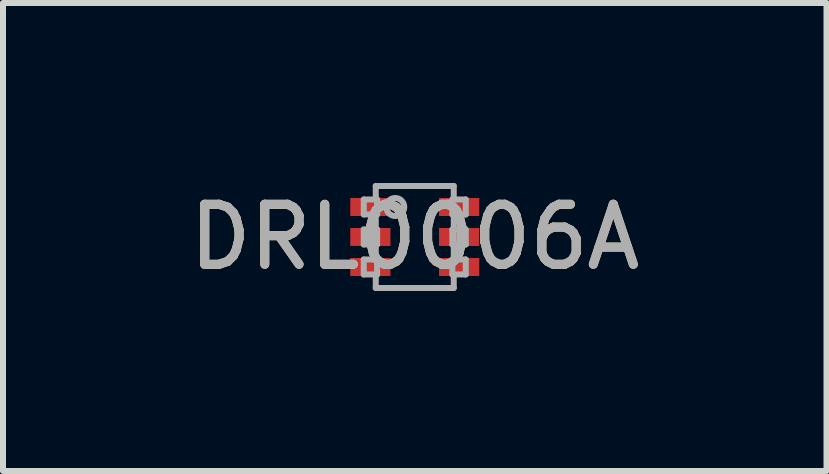
<source format=kicad_pcb>
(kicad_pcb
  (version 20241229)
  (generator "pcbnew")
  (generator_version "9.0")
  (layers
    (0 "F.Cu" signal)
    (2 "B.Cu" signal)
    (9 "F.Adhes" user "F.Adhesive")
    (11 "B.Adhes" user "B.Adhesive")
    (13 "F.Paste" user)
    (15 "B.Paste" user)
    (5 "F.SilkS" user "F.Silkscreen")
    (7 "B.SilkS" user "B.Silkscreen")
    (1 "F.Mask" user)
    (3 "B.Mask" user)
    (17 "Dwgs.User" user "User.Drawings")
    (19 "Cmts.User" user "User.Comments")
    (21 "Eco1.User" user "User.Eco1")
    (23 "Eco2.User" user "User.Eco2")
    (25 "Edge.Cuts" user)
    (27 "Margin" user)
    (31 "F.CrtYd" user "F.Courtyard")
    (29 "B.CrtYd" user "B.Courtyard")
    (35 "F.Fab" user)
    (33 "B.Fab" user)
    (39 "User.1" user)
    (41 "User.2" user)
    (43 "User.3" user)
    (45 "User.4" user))
  (footprint "DRL0006A"
    (layer "F.Cu")
    (at 3.863 0.9)
    (property "Reference" "DRL0006A" (at 0 0 0) (unlocked yes) (layer "F.SilkS") (effects (font (size 1 1) (thickness 0.15))))
    (attr smd)
    (fp_line (start -0.85 -0.625) (end -0.627 -0.625) (stroke (width 0.1) (type solid)) (layer "F.Fab"))
    (fp_line (start -0.85 -0.375) (end -0.85 -0.625) (stroke (width 0.1) (type solid)) (layer "F.Fab"))
    (fp_line (start -0.85 -0.375) (end -0.627 -0.375) (stroke (width 0.1) (type solid)) (layer "F.Fab"))
    (fp_line (start -0.85 -0.125) (end -0.627 -0.125) (stroke (width 0.1) (type solid)) (layer "F.Fab"))
    (fp_line (start -0.85 0.125) (end -0.85 -0.125) (stroke (width 0.1) (type solid)) (layer "F.Fab"))
    (fp_line (start -0.85 0.125) (end -0.627 0.125) (stroke (width 0.1) (type solid)) (layer "F.Fab"))
    (fp_line (start -0.85 0.375) (end -0.627 0.375) (stroke (width 0.1) (type solid)) (layer "F.Fab"))
    (fp_line (start -0.85 0.625) (end -0.85 0.375) (stroke (width 0.1) (type solid)) (layer "F.Fab"))
    (fp_line (start -0.85 0.625) (end -0.627 0.625) (stroke (width 0.1) (type solid)) (layer "F.Fab"))
    (fp_line (start -0.65 -0.85) (end 0.65 -0.85) (stroke (width 0.1) (type solid)) (layer "F.Fab"))
    (fp_line (start -0.65 -0.625) (end -0.65 -0.85) (stroke (width 0.1) (type solid)) (layer "F.Fab"))
    (fp_line (start -0.65 -0.125) (end -0.65 -0.375) (stroke (width 0.1) (type solid)) (layer "F.Fab"))
    (fp_line (start -0.65 0.375) (end -0.65 0.125) (stroke (width 0.1) (type solid)) (layer "F.Fab"))
    (fp_line (start -0.65 0.85) (end -0.65 0.625) (stroke (width 0.1) (type solid)) (layer "F.Fab"))
    (fp_line (start -0.65 0.85) (end 0.65 0.85) (stroke (width 0.1) (type solid)) (layer "F.Fab"))
    (fp_line (start -0.627 -0.375) (end -0.627 -0.625) (stroke (width 0.1) (type solid)) (layer "F.Fab"))
    (fp_line (start -0.627 0.125) (end -0.627 -0.125) (stroke (width 0.1) (type solid)) (layer "F.Fab"))
    (fp_line (start -0.627 0.625) (end -0.627 0.375) (stroke (width 0.1) (type solid)) (layer "F.Fab"))
    (fp_line (start 0.627 -0.625) (end 0.85 -0.625) (stroke (width 0.1) (type solid)) (layer "F.Fab"))
    (fp_line (start 0.627 -0.375) (end 0.627 -0.625) (stroke (width 0.1) (type solid)) (layer "F.Fab"))
    (fp_line (start 0.627 -0.375) (end 0.85 -0.375) (stroke (width 0.1) (type solid)) (layer "F.Fab"))
    (fp_line (start 0.627 -0.125) (end 0.85 -0.125) (stroke (width 0.1) (type solid)) (layer "F.Fab"))
    (fp_line (start 0.627 0.125) (end 0.627 -0.125) (stroke (width 0.1) (type solid)) (layer "F.Fab"))
    (fp_line (start 0.627 0.125) (end 0.85 0.125) (stroke (width 0.1) (type solid)) (layer "F.Fab"))
    (fp_line (start 0.627 0.375) (end 0.85 0.375) (stroke (width 0.1) (type solid)) (layer "F.Fab"))
    (fp_line (start 0.627 0.625) (end 0.627 0.375) (stroke (width 0.1) (type solid)) (layer "F.Fab"))
    (fp_line (start 0.627 0.625) (end 0.85 0.625) (stroke (width 0.1) (type solid)) (layer "F.Fab"))
    (fp_line (start 0.65 -0.625) (end 0.65 -0.85) (stroke (width 0.1) (type solid)) (layer "F.Fab"))
    (fp_line (start 0.65 0.375) (end 0.65 -0.375) (stroke (width 0.1) (type solid)) (layer "F.Fab"))
    (fp_line (start 0.65 0.85) (end 0.65 0.625) (stroke (width 0.1) (type solid)) (layer "F.Fab"))
    (fp_line (start 0.85 -0.375) (end 0.85 -0.625) (stroke (width 0.1) (type solid)) (layer "F.Fab"))
    (fp_line (start 0.85 0.625) (end 0.85 0.375) (stroke (width 0.1) (type solid)) (layer "F.Fab"))
    (fp_line (start 0.85 0.125) (end 0.85 -0.125) (stroke (width 0.1) (type solid)) (layer "F.Fab"))
    (fp_circle (center -0.325 -0.5) (end -0.175 -0.5) (stroke (width 0.1) (type solid)) (fill no) (layer "F.Fab"))
    (fp_text user "${REFERENCE}" (at 0 0 0) (unlocked yes) (layer "F.Fab") (effects (font (size 1 1) (thickness 0.15))))
    (pad "1" smd rect (at -0.74 -0.5 90) (size 0.3 0.67) (layers "F.Cu" "F.Mask" "F.Paste"))
    (pad "2" smd rect (at -0.74 -0.000003 90) (size 0.3 0.67) (layers "F.Cu" "F.Mask" "F.Paste"))
    (pad "3" smd rect (at -0.74 0.5 90) (size 0.3 0.67) (layers "F.Cu" "F.Mask" "F.Paste"))
    (pad "4" smd rect (at 0.74 0.5 90) (size 0.3 0.67) (layers "F.Cu" "F.Mask" "F.Paste"))
    (pad "5" smd rect (at 0.74 -0.000003 90) (size 0.3 0.67) (layers "F.Cu" "F.Mask" "F.Paste"))
    (pad "6" smd rect (at 0.74 -0.5 90) (size 0.3 0.67) (layers "F.Cu" "F.Mask" "F.Paste")))
  (gr_rect
    (start -3 -3)
    (end 10.726 4.8)
    (stroke (width 0.1) (type default))
    (fill no)
    (layer "Edge.Cuts")))
</source>
